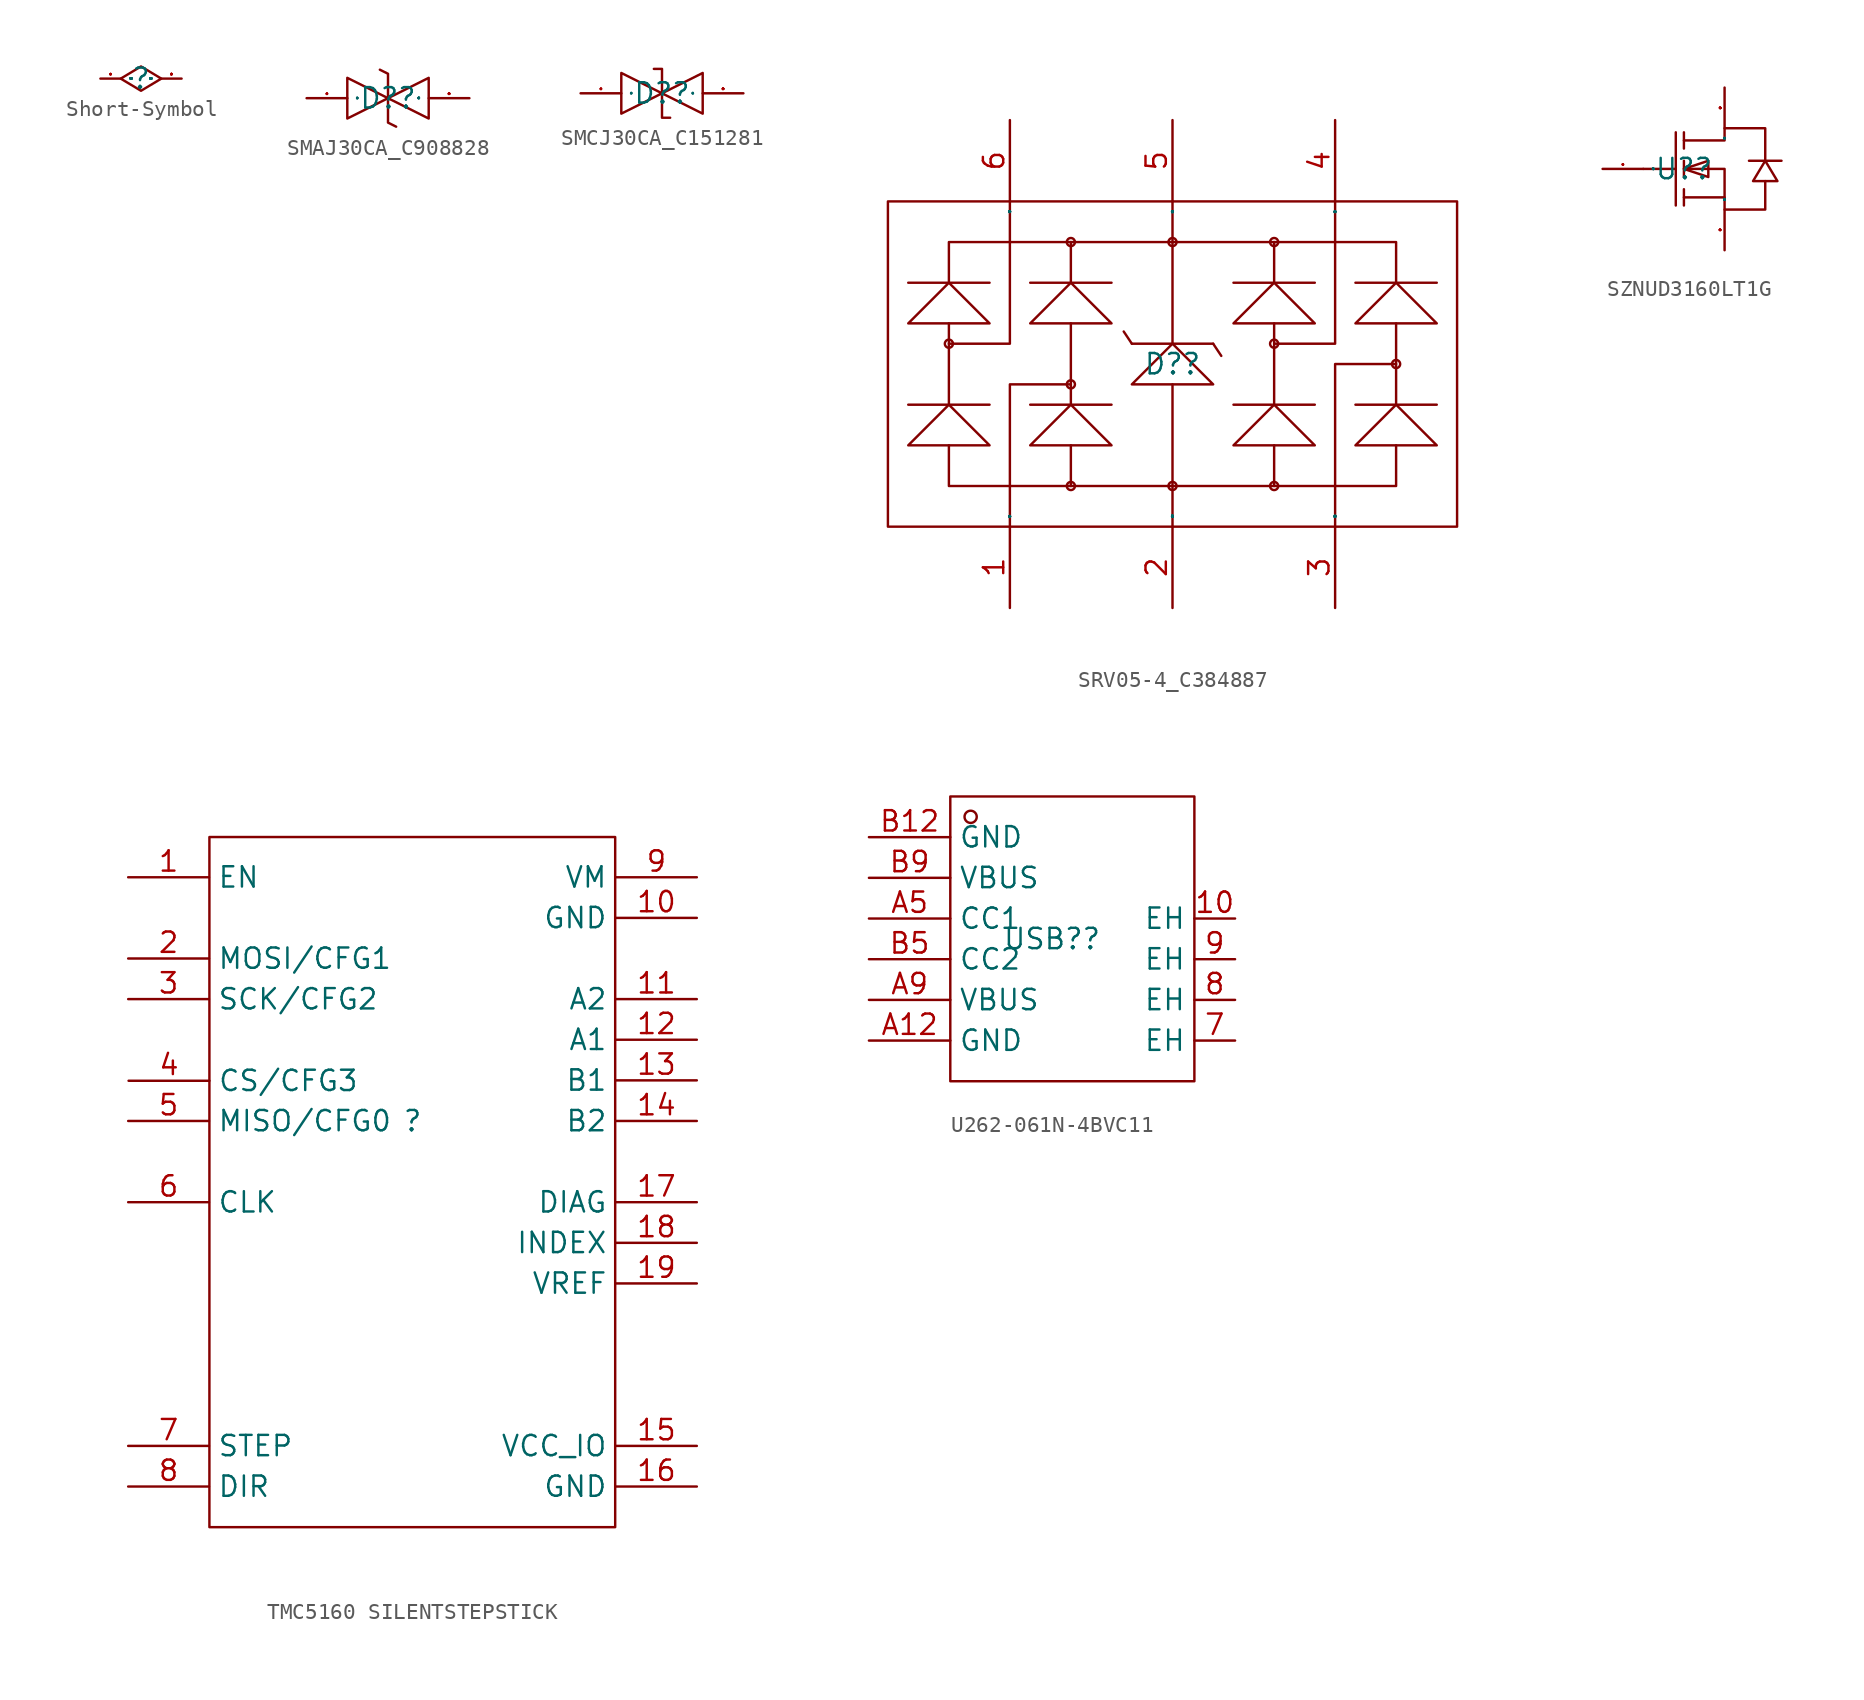
<source format=kicad_sym>
(kicad_symbol_lib
  (version 20231120)
  (generator "kicad_symbol_editor")
  (generator_version "8.0")
  (symbol "Short-Symbol"
    (property "Reference" ""
      (at 0 0 0)
      (effects (font (size 1.27 1.27))))
    (property "Value" ""
      (at 0 0 0)
      (effects (font (size 1.27 1.27))))
    (symbol "Short-Symbol_1_0"
      (polyline (pts (xy -1.27 0) (xy 0 0.762) (xy 1.27 0) (xy 0 -0.762) (xy -1.27 0)) (stroke (width 0) (type default)) (fill (type none)))
      (pin input line (at -2.54 0 0) (length 1.27) (name "Pin1" (effects (font (size 0.025 0.025)))) (number "1" (effects (font (size 0.025 0.025)))))
      (pin input line (at 2.54 0 180) (length 1.27) (name "Pin1" (effects (font (size 0.025 0.025)))) (number "2" (effects (font (size 0.025 0.025)))))))
  (symbol "SMAJ30CA_C908828"
    (property "Reference" "D?"
      (at 0 0 0)
      (effects (font (size 1.27 1.27))))
    (property "Value" ""
      (at 0 0 0)
      (effects (font (size 1.27 1.27))))
    (symbol "SMAJ30CA_C908828_1_0"
      (polyline (pts (xy -2.54 1.27) (xy 0 0) (xy 0 0) (xy -2.54 -1.27) (xy -2.54 -1.27) (xy -2.54 1.27)) (stroke (width 0) (type default)) (fill (type none)))
      (polyline (pts (xy 2.54 1.27) (xy 0 0) (xy 0 0) (xy 2.54 -1.27) (xy 2.54 -1.27) (xy 2.54 1.27)) (stroke (width 0) (type default)) (fill (type none)))
      (polyline (pts (xy -0.508 1.778) (xy -0.508 1.778) (xy -0.508 1.778) (xy 0 1.524) (xy 0 1.524) (xy 0 -1.524) (xy 0 -1.524) (xy 0.508 -1.778) (xy 0.508 -1.778) (xy 0.508 -1.778)) (stroke (width 0) (type default)) (fill (type none)))
      (pin input line (at -5.08 0 0) (length 2.54) (name "1" (effects (font (size 0.025 0.025)))) (number "1" (effects (font (size 0.025 0.025)))))
      (pin input line (at 5.08 0 180) (length 2.54) (name "2" (effects (font (size 0.025 0.025)))) (number "2" (effects (font (size 0.025 0.025)))))))
  (symbol "SMCJ30CA_C151281"
    (property "Reference" "D?"
      (at 0 0 0)
      (effects (font (size 1.27 1.27))))
    (property "Value" ""
      (at 0 0 0)
      (effects (font (size 1.27 1.27))))
    (symbol "SMCJ30CA_C151281_1_0"
      (polyline (pts (xy -2.54 1.27) (xy 0 0) (xy 0 0) (xy -2.54 -1.27) (xy -2.54 -1.27) (xy -2.54 1.27)) (stroke (width 0) (type default)) (fill (type none)))
      (polyline (pts (xy 2.54 1.27) (xy 0 0) (xy 0 0) (xy 2.54 -1.27) (xy 2.54 -1.27) (xy 2.54 1.27)) (stroke (width 0) (type default)) (fill (type none)))
      (polyline (pts (xy -0.508 1.524) (xy -0.508 1.524) (xy -0.508 1.524) (xy 0 1.524) (xy 0 1.524) (xy 0 -1.524) (xy 0 -1.524) (xy 0.508 -1.524) (xy 0.508 -1.524) (xy 0.508 -1.524)) (stroke (width 0) (type default)) (fill (type none)))
      (pin input line (at -5.08 0 0) (length 2.54) (name "K" (effects (font (size 0.025 0.025)))) (number "1" (effects (font (size 0.025 0.025)))))
      (pin input line (at 5.08 0 180) (length 2.54) (name "A" (effects (font (size 0.025 0.025)))) (number "2" (effects (font (size 0.025 0.025)))))))
  (symbol "SRV05-4_C384887"
    (property "Reference" "D?"
      (at 0 0 0)
      (effects (font (size 1.27 1.27))))
    (property "Value" ""
      (at 0 0 0)
      (effects (font (size 1.27 1.27))))
    (symbol "SRV05-4_C384887_1_0"
      (rectangle (start -17.78 -10.16) (end 17.78 10.16) (stroke (width 0) (type default)) (fill (type none)))
      (circle (center -13.97 1.27) (radius 0.254) (stroke (width 0) (type default)) (fill (type none)))
      (circle (center -6.35 -7.62) (radius 0.254) (stroke (width 0) (type default)) (fill (type none)))
      (circle (center -6.35 -1.27) (radius 0.254) (stroke (width 0) (type default)) (fill (type none)))
      (circle (center -6.35 7.62) (radius 0.254) (stroke (width 0) (type default)) (fill (type none)))
      (circle (center 0 -7.62) (radius 0.254) (stroke (width 0) (type default)) (fill (type none)))
      (polyline (pts (xy -16.51 -2.54) (xy -11.43 -2.54)) (stroke (width 0) (type default)) (fill (type none)))
      (polyline (pts (xy -16.51 5.08) (xy -11.43 5.08)) (stroke (width 0) (type default)) (fill (type none)))
      (polyline (pts (xy -13.97 2.54) (xy -13.97 -2.54)) (stroke (width 0) (type default)) (fill (type none)))
      (polyline (pts (xy -8.89 -2.54) (xy -3.81 -2.54)) (stroke (width 0) (type default)) (fill (type none)))
      (polyline (pts (xy -8.89 5.08) (xy -3.81 5.08)) (stroke (width 0) (type default)) (fill (type none)))
      (polyline (pts (xy -6.35 -5.08) (xy -6.35 -7.62)) (stroke (width 0) (type default)) (fill (type none)))
      (polyline (pts (xy -6.35 2.54) (xy -6.35 -2.54)) (stroke (width 0) (type default)) (fill (type none)))
      (polyline (pts (xy -6.35 5.08) (xy -6.35 7.62)) (stroke (width 0) (type default)) (fill (type none)))
      (polyline (pts (xy -2.54 1.27) (xy -3.048 2.032)) (stroke (width 0) (type default)) (fill (type none)))
      (polyline (pts (xy -2.54 1.27) (xy 2.54 1.27)) (stroke (width 0) (type default)) (fill (type none)))
      (polyline (pts (xy 0 -7.62) (xy 0 -10.16)) (stroke (width 0) (type default)) (fill (type none)))
      (polyline (pts (xy 0 -1.27) (xy 0 -7.62)) (stroke (width 0) (type default)) (fill (type none)))
      (polyline (pts (xy 0 1.27) (xy 0 7.62)) (stroke (width 0) (type default)) (fill (type none)))
      (polyline (pts (xy 0 7.62) (xy 0 10.16)) (stroke (width 0) (type default)) (fill (type none)))
      (polyline (pts (xy 2.54 1.27) (xy 3.048 0.508)) (stroke (width 0) (type default)) (fill (type none)))
      (polyline (pts (xy 3.81 -2.54) (xy 8.89 -2.54)) (stroke (width 0) (type default)) (fill (type none)))
      (polyline (pts (xy 3.81 5.08) (xy 8.89 5.08)) (stroke (width 0) (type default)) (fill (type none)))
      (polyline (pts (xy 6.35 -5.08) (xy 6.35 -7.62)) (stroke (width 0) (type default)) (fill (type none)))
      (polyline (pts (xy 6.35 2.54) (xy 6.35 -2.54)) (stroke (width 0) (type default)) (fill (type none)))
      (polyline (pts (xy 6.35 7.62) (xy 6.35 5.08)) (stroke (width 0) (type default)) (fill (type none)))
      (polyline (pts (xy 11.43 -2.54) (xy 16.51 -2.54)) (stroke (width 0) (type default)) (fill (type none)))
      (polyline (pts (xy 11.43 5.08) (xy 16.51 5.08)) (stroke (width 0) (type default)) (fill (type none)))
      (polyline (pts (xy 13.97 -2.54) (xy 13.97 2.54)) (stroke (width 0) (type default)) (fill (type none)))
      (polyline (pts (xy -13.97 1.27) (xy -10.16 1.27) (xy -10.16 1.27) (xy -10.16 10.16)) (stroke (width 0) (type default)) (fill (type none)))
      (polyline (pts (xy -6.35 -1.27) (xy -10.16 -1.27) (xy -10.16 -1.27) (xy -10.16 -10.16)) (stroke (width 0) (type default)) (fill (type none)))
      (polyline (pts (xy 6.35 1.27) (xy 10.16 1.27) (xy 10.16 1.27) (xy 10.16 10.16)) (stroke (width 0) (type default)) (fill (type none)))
      (polyline (pts (xy 13.97 0) (xy 10.16 0) (xy 10.16 0) (xy 10.16 -10.16)) (stroke (width 0) (type default)) (fill (type none)))
      (polyline (pts (xy -13.97 -5.08) (xy -13.97 -7.62) (xy -13.97 -7.62) (xy 13.97 -7.62) (xy 13.97 -7.62) (xy 13.97 -5.08)) (stroke (width 0) (type default)) (fill (type none)))
      (polyline (pts (xy -11.43 -5.08) (xy -13.97 -2.54) (xy -13.97 -2.54) (xy -16.51 -5.08) (xy -16.51 -5.08) (xy -11.43 -5.08)) (stroke (width 0) (type default)) (fill (type none)))
      (polyline (pts (xy -11.43 2.54) (xy -13.97 5.08) (xy -13.97 5.08) (xy -16.51 2.54) (xy -16.51 2.54) (xy -11.43 2.54)) (stroke (width 0) (type default)) (fill (type none)))
      (polyline (pts (xy -3.81 -5.08) (xy -6.35 -2.54) (xy -6.35 -2.54) (xy -8.89 -5.08) (xy -8.89 -5.08) (xy -3.81 -5.08)) (stroke (width 0) (type default)) (fill (type none)))
      (polyline (pts (xy -3.81 2.54) (xy -6.35 5.08) (xy -6.35 5.08) (xy -8.89 2.54) (xy -8.89 2.54) (xy -3.81 2.54)) (stroke (width 0) (type default)) (fill (type none)))
      (polyline (pts (xy 2.54 -1.27) (xy 0 1.27) (xy 0 1.27) (xy -2.54 -1.27) (xy -2.54 -1.27) (xy 2.54 -1.27)) (stroke (width 0) (type default)) (fill (type none)))
      (polyline (pts (xy 8.89 -5.08) (xy 6.35 -2.54) (xy 6.35 -2.54) (xy 3.81 -5.08) (xy 3.81 -5.08) (xy 8.89 -5.08)) (stroke (width 0) (type default)) (fill (type none)))
      (polyline (pts (xy 8.89 2.54) (xy 6.35 5.08) (xy 6.35 5.08) (xy 3.81 2.54) (xy 3.81 2.54) (xy 8.89 2.54)) (stroke (width 0) (type default)) (fill (type none)))
      (polyline (pts (xy 13.97 5.08) (xy 13.97 7.62) (xy 13.97 7.62) (xy -13.97 7.62) (xy -13.97 7.62) (xy -13.97 5.08)) (stroke (width 0) (type default)) (fill (type none)))
      (polyline (pts (xy 16.51 -5.08) (xy 13.97 -2.54) (xy 13.97 -2.54) (xy 11.43 -5.08) (xy 11.43 -5.08) (xy 16.51 -5.08)) (stroke (width 0) (type default)) (fill (type none)))
      (polyline (pts (xy 16.51 2.54) (xy 13.97 5.08) (xy 13.97 5.08) (xy 11.43 2.54) (xy 11.43 2.54) (xy 16.51 2.54)) (stroke (width 0) (type default)) (fill (type none)))
      (circle (center 0 7.62) (radius 0.254) (stroke (width 0) (type default)) (fill (type none)))
      (circle (center 6.35 -7.62) (radius 0.254) (stroke (width 0) (type default)) (fill (type none)))
      (circle (center 6.35 1.27) (radius 0.254) (stroke (width 0) (type default)) (fill (type none)))
      (circle (center 6.35 7.62) (radius 0.254) (stroke (width 0) (type default)) (fill (type none)))
      (circle (center 13.97 0) (radius 0.254) (stroke (width 0) (type default)) (fill (type none)))
      (pin input line (at -10.16 -15.24 90) (length 5.08) (name "IO1" (effects (font (size 0.025 0.025)))) (number "1" (effects (font (size 1.27 1.27)))))
      (pin input line (at 0 -15.24 90) (length 5.08) (name "GND" (effects (font (size 0.025 0.025)))) (number "2" (effects (font (size 1.27 1.27)))))
      (pin input line (at 10.16 -15.24 90) (length 5.08) (name "IO3" (effects (font (size 0.025 0.025)))) (number "3" (effects (font (size 1.27 1.27)))))
      (pin input line (at 10.16 15.24 270) (length 5.08) (name "IO4" (effects (font (size 0.025 0.025)))) (number "4" (effects (font (size 1.27 1.27)))))
      (pin input line (at 0 15.24 270) (length 5.08) (name "VCC" (effects (font (size 0.025 0.025)))) (number "5" (effects (font (size 1.27 1.27)))))
      (pin input line (at -10.16 15.24 270) (length 5.08) (name "IO2" (effects (font (size 0.025 0.025)))) (number "6" (effects (font (size 1.27 1.27)))))))
  (symbol "SZNUD3160LT1G"
    (property "Reference" "U?"
      (at 0 0 0)
      (effects (font (size 1.27 1.27))))
    (property "Value" ""
      (at 0 0 0)
      (effects (font (size 1.27 1.27))))
    (symbol "SZNUD3160LT1G_1_0"
      (polyline (pts (xy -2.54 0) (xy -0.508 0)) (stroke (width 0) (type default)) (fill (type none)))
      (polyline (pts (xy -0.508 2.286) (xy -0.508 -2.286)) (stroke (width 0) (type default)) (fill (type none)))
      (polyline (pts (xy 0 -2.286) (xy 0 -1.27)) (stroke (width 0) (type default)) (fill (type none)))
      (polyline (pts (xy 0 -0.508) (xy 0 0.508)) (stroke (width 0) (type default)) (fill (type none)))
      (polyline (pts (xy 0 2.286) (xy 0 1.27)) (stroke (width 0) (type default)) (fill (type none)))
      (polyline (pts (xy 2.54 -1.778) (xy 0 -1.778)) (stroke (width 0) (type default)) (fill (type none)))
      (polyline (pts (xy 0 0) (xy 1.524 -0.508) (xy 1.524 -0.508) (xy 1.524 0.508) (xy 1.524 0.508) (xy 0 0)) (stroke (width 0) (type default)) (fill (type none)))
      (polyline (pts (xy 5.08 0.508) (xy 4.318 -0.762) (xy 4.318 -0.762) (xy 5.842 -0.762) (xy 5.842 -0.762) (xy 5.08 0.508)) (stroke (width 0) (type default)) (fill (type none)))
      (polyline (pts (xy 6.096 0.508) (xy 5.588 0.508) (xy 5.588 0.508) (xy 4.572 0.508) (xy 4.572 0.508) (xy 4.064 0.508)) (stroke (width 0) (type default)) (fill (type none)))
      (polyline (pts (xy 0 0) (xy 2.54 0) (xy 2.54 0) (xy 2.54 -2.54) (xy 2.54 -2.54) (xy 5.08 -2.54) (xy 5.08 -2.54) (xy 5.08 -0.762)) (stroke (width 0) (type default)) (fill (type none)))
      (polyline (pts (xy 0 1.778) (xy 2.54 1.778) (xy 2.54 1.778) (xy 2.54 2.54) (xy 2.54 2.54) (xy 5.08 2.54) (xy 5.08 2.54) (xy 5.08 0.508)) (stroke (width 0) (type default)) (fill (type none)))
      (pin input line (at -5.08 0 0) (length 2.54) (name "G" (effects (font (size 0.025 0.025)))) (number "1" (effects (font (size 0.025 0.025)))))
      (pin input line (at 2.54 -5.08 90) (length 2.54) (name "S" (effects (font (size 0.025 0.025)))) (number "2" (effects (font (size 0.025 0.025)))))
      (pin input line (at 2.54 5.08 270) (length 2.54) (name "D" (effects (font (size 0.025 0.025)))) (number "3" (effects (font (size 0.025 0.025)))))))
  (symbol "TMC5160 SILENTSTEPSTICK"
    (property "Reference" ""
      (at 0 0 0)
      (effects (font (size 1.27 1.27))))
    (property "Value" ""
      (at 0 0 0)
      (effects (font (size 1.27 1.27))))
    (symbol "TMC5160 SILENTSTEPSTICK_1_0"
      (rectangle (start -12.7 17.755) (end 12.675 -25.4) (stroke (width 0) (type default)) (fill (type none)))
      (pin input line (at -17.78 15.24 0) (length 5.055) (name "EN" (effects (font (size 1.27 1.27)))) (number "1" (effects (font (size 1.27 1.27)))))
      (pin input line (at 17.78 12.7 180) (length 5.055) (name "GND" (effects (font (size 1.27 1.27)))) (number "10" (effects (font (size 1.27 1.27)))))
      (pin input line (at 17.78 7.62 180) (length 5.055) (name "A2" (effects (font (size 1.27 1.27)))) (number "11" (effects (font (size 1.27 1.27)))))
      (pin input line (at 17.78 5.08 180) (length 5.055) (name "A1" (effects (font (size 1.27 1.27)))) (number "12" (effects (font (size 1.27 1.27)))))
      (pin input line (at 17.78 2.54 180) (length 5.055) (name "B1" (effects (font (size 1.27 1.27)))) (number "13" (effects (font (size 1.27 1.27)))))
      (pin input line (at 17.78 0 180) (length 5.055) (name "B2" (effects (font (size 1.27 1.27)))) (number "14" (effects (font (size 1.27 1.27)))))
      (pin input line (at 17.78 -20.32 180) (length 5.055) (name "VCC_IO" (effects (font (size 1.27 1.27)))) (number "15" (effects (font (size 1.27 1.27)))))
      (pin input line (at 17.78 -22.86 180) (length 5.055) (name "GND" (effects (font (size 1.27 1.27)))) (number "16" (effects (font (size 1.27 1.27)))))
      (pin input line (at 17.78 -5.08 180) (length 5.055) (name "DIAG" (effects (font (size 1.27 1.27)))) (number "17" (effects (font (size 1.27 1.27)))))
      (pin input line (at 17.78 -7.62 180) (length 5.055) (name "INDEX" (effects (font (size 1.27 1.27)))) (number "18" (effects (font (size 1.27 1.27)))))
      (pin input line (at 17.78 -10.16 180) (length 5.055) (name "VREF" (effects (font (size 1.27 1.27)))) (number "19" (effects (font (size 1.27 1.27)))))
      (pin input line (at -17.78 10.16 0) (length 5.055) (name "MOSI/CFG1" (effects (font (size 1.27 1.27)))) (number "2" (effects (font (size 1.27 1.27)))))
      (pin input line (at -17.78 7.62 0) (length 5.055) (name "SCK/CFG2" (effects (font (size 1.27 1.27)))) (number "3" (effects (font (size 1.27 1.27)))))
      (pin input line (at -17.755 2.515 0) (length 5.055) (name "CS/CFG3" (effects (font (size 1.27 1.27)))) (number "4" (effects (font (size 1.27 1.27)))))
      (pin bidirectional line (at -17.78 0 0) (length 5.055) (name "MISO/CFG0" (effects (font (size 1.27 1.27)))) (number "5" (effects (font (size 1.27 1.27)))))
      (pin input line (at -17.78 -5.08 0) (length 5.055) (name "CLK" (effects (font (size 1.27 1.27)))) (number "6" (effects (font (size 1.27 1.27)))))
      (pin bidirectional line (at -17.78 -20.32 0) (length 5.055) (name "STEP" (effects (font (size 1.27 1.27)))) (number "7" (effects (font (size 1.27 1.27)))))
      (pin input line (at -17.78 -22.86 0) (length 5.055) (name "DIR" (effects (font (size 1.27 1.27)))) (number "8" (effects (font (size 1.27 1.27)))))
      (pin input line (at 17.78 15.24 180) (length 5.055) (name "VM" (effects (font (size 1.27 1.27)))) (number "9" (effects (font (size 1.27 1.27)))))))
  (symbol "U262-061N-4BVC11"
    (property "Reference" "USB?"
      (at 0 0 0)
      (effects (font (size 1.27 1.27))))
    (property "Value" ""
      (at 0 0 0)
      (effects (font (size 1.27 1.27))))
    (symbol "U262-061N-4BVC11_1_0"
      (rectangle (start -6.35 -8.89) (end 8.89 8.89) (stroke (width 0) (type default)) (fill (type none)))
      (circle (center -5.08 7.62) (radius 0.381) (stroke (width 0) (type default)) (fill (type none)))
      (pin input line (at 11.43 1.27 180) (length 2.54) (name "EH" (effects (font (size 1.27 1.27)))) (number "10" (effects (font (size 1.27 1.27)))))
      (pin input line (at 11.43 -6.35 180) (length 2.54) (name "EH" (effects (font (size 1.27 1.27)))) (number "7" (effects (font (size 1.27 1.27)))))
      (pin input line (at 11.43 -3.81 180) (length 2.54) (name "EH" (effects (font (size 1.27 1.27)))) (number "8" (effects (font (size 1.27 1.27)))))
      (pin input line (at 11.43 -1.27 180) (length 2.54) (name "EH" (effects (font (size 1.27 1.27)))) (number "9" (effects (font (size 1.27 1.27)))))
      (pin input line (at -11.43 -6.35 0) (length 5.08) (name "GND" (effects (font (size 1.27 1.27)))) (number "A12" (effects (font (size 1.27 1.27)))))
      (pin input line (at -11.43 1.27 0) (length 5.08) (name "CC1" (effects (font (size 1.27 1.27)))) (number "A5" (effects (font (size 1.27 1.27)))))
      (pin input line (at -11.43 -3.81 0) (length 5.08) (name "VBUS" (effects (font (size 1.27 1.27)))) (number "A9" (effects (font (size 1.27 1.27)))))
      (pin input line (at -11.43 6.35 0) (length 5.08) (name "GND" (effects (font (size 1.27 1.27)))) (number "B12" (effects (font (size 1.27 1.27)))))
      (pin input line (at -11.43 -1.27 0) (length 5.08) (name "CC2" (effects (font (size 1.27 1.27)))) (number "B5" (effects (font (size 1.27 1.27)))))
      (pin input line (at -11.43 3.81 0) (length 5.08) (name "VBUS" (effects (font (size 1.27 1.27)))) (number "B9" (effects (font (size 1.27 1.27))))))))
</source>
